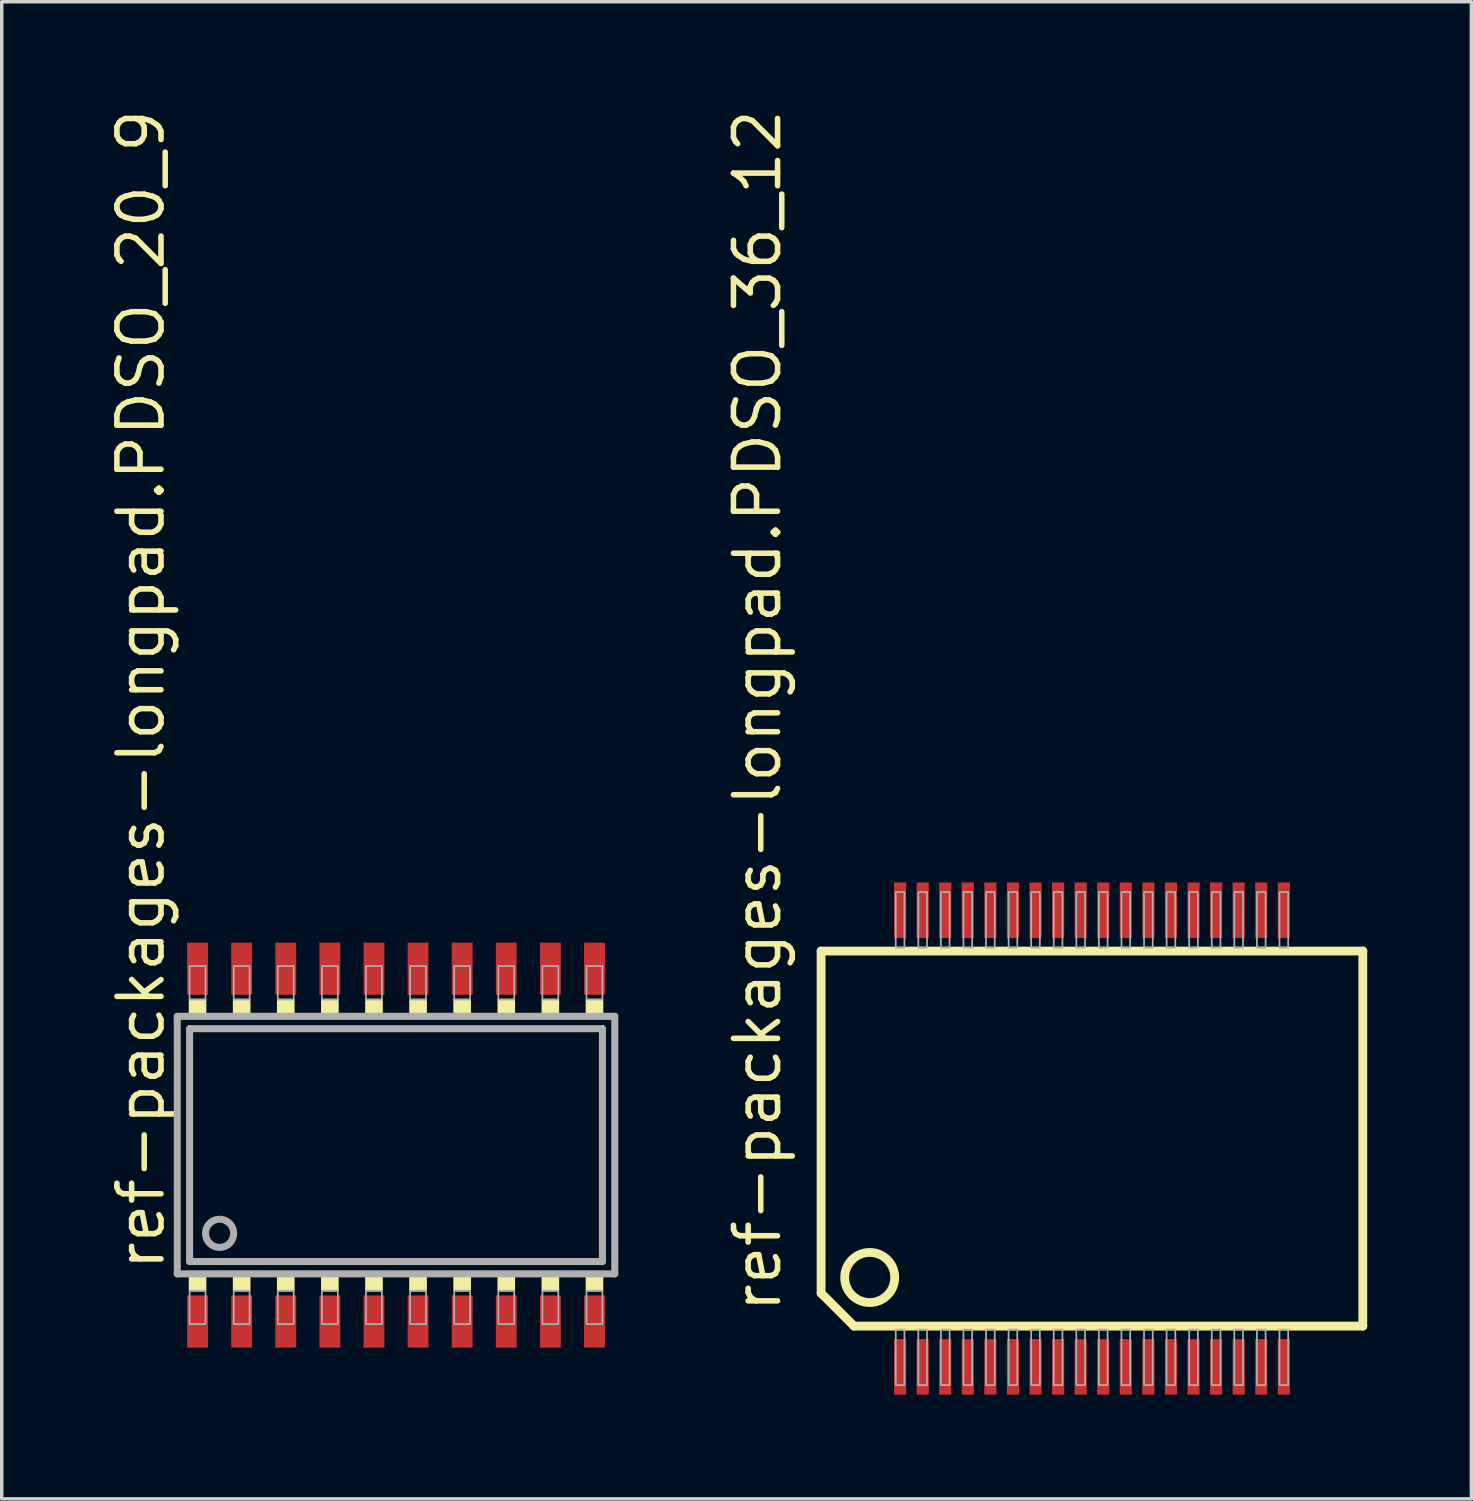
<source format=kicad_pcb>
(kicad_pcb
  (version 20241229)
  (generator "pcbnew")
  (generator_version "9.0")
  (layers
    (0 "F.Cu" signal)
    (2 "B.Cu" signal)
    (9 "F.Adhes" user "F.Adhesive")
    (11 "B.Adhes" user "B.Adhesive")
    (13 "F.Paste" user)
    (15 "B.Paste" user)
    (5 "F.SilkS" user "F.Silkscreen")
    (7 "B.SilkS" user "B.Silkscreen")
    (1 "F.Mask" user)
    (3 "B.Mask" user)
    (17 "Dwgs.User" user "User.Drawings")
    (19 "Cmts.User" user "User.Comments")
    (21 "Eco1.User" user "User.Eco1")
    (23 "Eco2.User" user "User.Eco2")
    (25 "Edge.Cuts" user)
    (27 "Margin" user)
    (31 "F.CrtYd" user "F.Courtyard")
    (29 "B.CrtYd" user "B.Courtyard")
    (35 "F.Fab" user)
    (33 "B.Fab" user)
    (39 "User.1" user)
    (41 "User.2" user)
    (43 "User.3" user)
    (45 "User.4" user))
  (footprint "ref-packages-longpad.PDSO_36_12"
    (layer "F.Cu")
    (at 28.395 29.738)
    (property "Reference" "ref-packages-longpad.PDSO_36_12" (at -8.89 5.08 90) (layer "F.SilkS") (effects (font (size 1.27 1.27) (thickness 0.16)) (justify left bottom)))
    (attr smd)
    (fp_line (start -7.8 -5.4) (end -7.8 4.45) (stroke (width 0.254) (type default)) (layer "F.SilkS"))
    (fp_line (start -6.85 5.4) (end -7.8 4.45) (stroke (width 0.254) (type default)) (layer "F.SilkS"))
    (fp_line (start -6.85 5.4) (end 7.8 5.4) (stroke (width 0.254) (type default)) (layer "F.SilkS"))
    (fp_line (start 7.8 -5.4) (end -7.8 -5.4) (stroke (width 0.254) (type default)) (layer "F.SilkS"))
    (fp_line (start 7.8 5.4) (end 7.8 -5.4) (stroke (width 0.254) (type default)) (layer "F.SilkS"))
    (fp_circle (center -6.4 4) (end -5.679 4) (stroke (width 0.254) (type default)) (fill no) (layer "F.SilkS"))
    (fp_rect (start -5.65 -5.5) (end -5.4 -7.1) (stroke (width 0.05) (type default)) (fill no) (layer "F.Fab"))
    (fp_rect (start -5.65 7.1) (end -5.4 5.5) (stroke (width 0.05) (type default)) (fill no) (layer "F.Fab"))
    (fp_rect (start -5 -5.5) (end -4.75 -7.1) (stroke (width 0.05) (type default)) (fill no) (layer "F.Fab"))
    (fp_rect (start -5 7.1) (end -4.75 5.5) (stroke (width 0.05) (type default)) (fill no) (layer "F.Fab"))
    (fp_rect (start -4.35 -5.5) (end -4.1 -7.1) (stroke (width 0.05) (type default)) (fill no) (layer "F.Fab"))
    (fp_rect (start -4.35 7.1) (end -4.1 5.5) (stroke (width 0.05) (type default)) (fill no) (layer "F.Fab"))
    (fp_rect (start -3.7 -5.5) (end -3.45 -7.1) (stroke (width 0.05) (type default)) (fill no) (layer "F.Fab"))
    (fp_rect (start -3.7 7.1) (end -3.45 5.5) (stroke (width 0.05) (type default)) (fill no) (layer "F.Fab"))
    (fp_rect (start -3.05 -5.5) (end -2.8 -7.1) (stroke (width 0.05) (type default)) (fill no) (layer "F.Fab"))
    (fp_rect (start -3.05 7.1) (end -2.8 5.5) (stroke (width 0.05) (type default)) (fill no) (layer "F.Fab"))
    (fp_rect (start -2.4 -5.5) (end -2.15 -7.1) (stroke (width 0.05) (type default)) (fill no) (layer "F.Fab"))
    (fp_rect (start -2.4 7.1) (end -2.15 5.5) (stroke (width 0.05) (type default)) (fill no) (layer "F.Fab"))
    (fp_rect (start -1.75 -5.5) (end -1.5 -7.1) (stroke (width 0.05) (type default)) (fill no) (layer "F.Fab"))
    (fp_rect (start -1.75 7.1) (end -1.5 5.5) (stroke (width 0.05) (type default)) (fill no) (layer "F.Fab"))
    (fp_rect (start -1.1 -5.5) (end -0.85 -7.1) (stroke (width 0.05) (type default)) (fill no) (layer "F.Fab"))
    (fp_rect (start -1.1 7.1) (end -0.85 5.5) (stroke (width 0.05) (type default)) (fill no) (layer "F.Fab"))
    (fp_rect (start -0.45 -5.5) (end -0.2 -7.1) (stroke (width 0.05) (type default)) (fill no) (layer "F.Fab"))
    (fp_rect (start -0.45 7.1) (end -0.2 5.5) (stroke (width 0.05) (type default)) (fill no) (layer "F.Fab"))
    (fp_rect (start 0.2 -5.5) (end 0.45 -7.1) (stroke (width 0.05) (type default)) (fill no) (layer "F.Fab"))
    (fp_rect (start 0.2 7.1) (end 0.45 5.5) (stroke (width 0.05) (type default)) (fill no) (layer "F.Fab"))
    (fp_rect (start 0.85 -5.5) (end 1.1 -7.1) (stroke (width 0.05) (type default)) (fill no) (layer "F.Fab"))
    (fp_rect (start 0.85 7.1) (end 1.1 5.5) (stroke (width 0.05) (type default)) (fill no) (layer "F.Fab"))
    (fp_rect (start 1.5 -5.5) (end 1.75 -7.1) (stroke (width 0.05) (type default)) (fill no) (layer "F.Fab"))
    (fp_rect (start 1.5 7.1) (end 1.75 5.5) (stroke (width 0.05) (type default)) (fill no) (layer "F.Fab"))
    (fp_rect (start 2.15 -5.5) (end 2.4 -7.1) (stroke (width 0.05) (type default)) (fill no) (layer "F.Fab"))
    (fp_rect (start 2.15 7.1) (end 2.4 5.5) (stroke (width 0.05) (type default)) (fill no) (layer "F.Fab"))
    (fp_rect (start 2.8 -5.5) (end 3.05 -7.1) (stroke (width 0.05) (type default)) (fill no) (layer "F.Fab"))
    (fp_rect (start 2.8 7.1) (end 3.05 5.5) (stroke (width 0.05) (type default)) (fill no) (layer "F.Fab"))
    (fp_rect (start 3.45 -5.5) (end 3.7 -7.1) (stroke (width 0.05) (type default)) (fill no) (layer "F.Fab"))
    (fp_rect (start 3.45 7.1) (end 3.7 5.5) (stroke (width 0.05) (type default)) (fill no) (layer "F.Fab"))
    (fp_rect (start 4.1 -5.5) (end 4.35 -7.1) (stroke (width 0.05) (type default)) (fill no) (layer "F.Fab"))
    (fp_rect (start 4.1 7.1) (end 4.35 5.5) (stroke (width 0.05) (type default)) (fill no) (layer "F.Fab"))
    (fp_rect (start 4.75 -5.5) (end 5 -7.1) (stroke (width 0.05) (type default)) (fill no) (layer "F.Fab"))
    (fp_rect (start 4.75 7.1) (end 5 5.5) (stroke (width 0.05) (type default)) (fill no) (layer "F.Fab"))
    (fp_rect (start 5.4 -5.5) (end 5.65 -7.1) (stroke (width 0.05) (type default)) (fill no) (layer "F.Fab"))
    (fp_rect (start 5.4 7.1) (end 5.65 5.5) (stroke (width 0.05) (type default)) (fill no) (layer "F.Fab"))
    (pad "1" smd roundrect (at -5.525 6.575) (size 0.35 1.6) (layers "F.Cu" "F.Mask" "F.Paste") (roundrect_rratio 0.01))
    (pad "2" smd roundrect (at -4.875 6.575) (size 0.35 1.6) (layers "F.Cu" "F.Mask" "F.Paste") (roundrect_rratio 0.01))
    (pad "3" smd roundrect (at -4.225 6.575) (size 0.35 1.6) (layers "F.Cu" "F.Mask" "F.Paste") (roundrect_rratio 0.01))
    (pad "4" smd roundrect (at -3.575 6.575) (size 0.35 1.6) (layers "F.Cu" "F.Mask" "F.Paste") (roundrect_rratio 0.01))
    (pad "5" smd roundrect (at -2.925 6.575) (size 0.35 1.6) (layers "F.Cu" "F.Mask" "F.Paste") (roundrect_rratio 0.01))
    (pad "6" smd roundrect (at -2.275 6.575) (size 0.35 1.6) (layers "F.Cu" "F.Mask" "F.Paste") (roundrect_rratio 0.01))
    (pad "7" smd roundrect (at -1.625 6.575) (size 0.35 1.6) (layers "F.Cu" "F.Mask" "F.Paste") (roundrect_rratio 0.01))
    (pad "8" smd roundrect (at -0.975 6.575) (size 0.35 1.6) (layers "F.Cu" "F.Mask" "F.Paste") (roundrect_rratio 0.01))
    (pad "9" smd roundrect (at -0.325 6.575) (size 0.35 1.6) (layers "F.Cu" "F.Mask" "F.Paste") (roundrect_rratio 0.01))
    (pad "10" smd roundrect (at 0.325 6.575) (size 0.35 1.6) (layers "F.Cu" "F.Mask" "F.Paste") (roundrect_rratio 0.01))
    (pad "11" smd roundrect (at 0.975 6.575) (size 0.35 1.6) (layers "F.Cu" "F.Mask" "F.Paste") (roundrect_rratio 0.01))
    (pad "12" smd roundrect (at 1.625 6.575) (size 0.35 1.6) (layers "F.Cu" "F.Mask" "F.Paste") (roundrect_rratio 0.01))
    (pad "13" smd roundrect (at 2.275 6.575) (size 0.35 1.6) (layers "F.Cu" "F.Mask" "F.Paste") (roundrect_rratio 0.01))
    (pad "14" smd roundrect (at 2.925 6.575) (size 0.35 1.6) (layers "F.Cu" "F.Mask" "F.Paste") (roundrect_rratio 0.01))
    (pad "15" smd roundrect (at 3.575 6.575) (size 0.35 1.6) (layers "F.Cu" "F.Mask" "F.Paste") (roundrect_rratio 0.01))
    (pad "16" smd roundrect (at 4.225 6.575) (size 0.35 1.6) (layers "F.Cu" "F.Mask" "F.Paste") (roundrect_rratio 0.01))
    (pad "17" smd roundrect (at 4.875 6.575) (size 0.35 1.6) (layers "F.Cu" "F.Mask" "F.Paste") (roundrect_rratio 0.01))
    (pad "18" smd roundrect (at 5.525 6.575) (size 0.35 1.6) (layers "F.Cu" "F.Mask" "F.Paste") (roundrect_rratio 0.01))
    (pad "19" smd roundrect (at 5.525 -6.575) (size 0.35 1.6) (layers "F.Cu" "F.Mask" "F.Paste") (roundrect_rratio 0.01))
    (pad "20" smd roundrect (at 4.875 -6.575) (size 0.35 1.6) (layers "F.Cu" "F.Mask" "F.Paste") (roundrect_rratio 0.01))
    (pad "21" smd roundrect (at 4.225 -6.575) (size 0.35 1.6) (layers "F.Cu" "F.Mask" "F.Paste") (roundrect_rratio 0.01))
    (pad "22" smd roundrect (at 3.575 -6.575) (size 0.35 1.6) (layers "F.Cu" "F.Mask" "F.Paste") (roundrect_rratio 0.01))
    (pad "23" smd roundrect (at 2.925 -6.575) (size 0.35 1.6) (layers "F.Cu" "F.Mask" "F.Paste") (roundrect_rratio 0.01))
    (pad "24" smd roundrect (at 2.275 -6.575) (size 0.35 1.6) (layers "F.Cu" "F.Mask" "F.Paste") (roundrect_rratio 0.01))
    (pad "25" smd roundrect (at 1.625 -6.575) (size 0.35 1.6) (layers "F.Cu" "F.Mask" "F.Paste") (roundrect_rratio 0.01))
    (pad "26" smd roundrect (at 0.975 -6.575) (size 0.35 1.6) (layers "F.Cu" "F.Mask" "F.Paste") (roundrect_rratio 0.01))
    (pad "27" smd roundrect (at 0.325 -6.575) (size 0.35 1.6) (layers "F.Cu" "F.Mask" "F.Paste") (roundrect_rratio 0.01))
    (pad "28" smd roundrect (at -0.325 -6.575) (size 0.35 1.6) (layers "F.Cu" "F.Mask" "F.Paste") (roundrect_rratio 0.01))
    (pad "29" smd roundrect (at -0.975 -6.575) (size 0.35 1.6) (layers "F.Cu" "F.Mask" "F.Paste") (roundrect_rratio 0.01))
    (pad "30" smd roundrect (at -1.625 -6.575) (size 0.35 1.6) (layers "F.Cu" "F.Mask" "F.Paste") (roundrect_rratio 0.01))
    (pad "31" smd roundrect (at -2.275 -6.575) (size 0.35 1.6) (layers "F.Cu" "F.Mask" "F.Paste") (roundrect_rratio 0.01))
    (pad "32" smd roundrect (at -2.925 -6.575) (size 0.35 1.6) (layers "F.Cu" "F.Mask" "F.Paste") (roundrect_rratio 0.01))
    (pad "33" smd roundrect (at -3.575 -6.575) (size 0.35 1.6) (layers "F.Cu" "F.Mask" "F.Paste") (roundrect_rratio 0.01))
    (pad "34" smd roundrect (at -4.225 -6.575) (size 0.35 1.6) (layers "F.Cu" "F.Mask" "F.Paste") (roundrect_rratio 0.01))
    (pad "35" smd roundrect (at -4.875 -6.575) (size 0.35 1.6) (layers "F.Cu" "F.Mask" "F.Paste") (roundrect_rratio 0.01))
    (pad "36" smd roundrect (at -5.525 -6.575) (size 0.35 1.6) (layers "F.Cu" "F.Mask" "F.Paste") (roundrect_rratio 0.01)))
  (footprint "ref-packages-longpad.PDSO_20_9"
    (layer "F.Cu")
    (at 8.354 29.926)
    (property "Reference" "ref-packages-longpad.PDSO_20_9" (at -6.604 3.683 90) (layer "F.SilkS") (effects (font (size 1.27 1.27) (thickness 0.16)) (justify left bottom)))
    (attr smd)
    (fp_rect (start -5.944 -3.734) (end -5.486 -4.191) (stroke (width 0.05) (type default)) (fill yes) (layer "F.SilkS"))
    (fp_rect (start -5.944 4.191) (end -5.486 3.734) (stroke (width 0.05) (type default)) (fill yes) (layer "F.SilkS"))
    (fp_rect (start -4.674 -3.734) (end -4.216 -4.191) (stroke (width 0.05) (type default)) (fill yes) (layer "F.SilkS"))
    (fp_rect (start -4.674 4.191) (end -4.216 3.734) (stroke (width 0.05) (type default)) (fill yes) (layer "F.SilkS"))
    (fp_rect (start -3.404 -3.734) (end -2.946 -4.191) (stroke (width 0.05) (type default)) (fill yes) (layer "F.SilkS"))
    (fp_rect (start -3.404 4.191) (end -2.946 3.734) (stroke (width 0.05) (type default)) (fill yes) (layer "F.SilkS"))
    (fp_rect (start -2.134 -3.734) (end -1.676 -4.191) (stroke (width 0.05) (type default)) (fill yes) (layer "F.SilkS"))
    (fp_rect (start -2.134 4.191) (end -1.676 3.734) (stroke (width 0.05) (type default)) (fill yes) (layer "F.SilkS"))
    (fp_rect (start -0.864 -3.734) (end -0.406 -4.191) (stroke (width 0.05) (type default)) (fill yes) (layer "F.SilkS"))
    (fp_rect (start -0.864 4.191) (end -0.406 3.734) (stroke (width 0.05) (type default)) (fill yes) (layer "F.SilkS"))
    (fp_rect (start 0.406 -3.734) (end 0.864 -4.191) (stroke (width 0.05) (type default)) (fill yes) (layer "F.SilkS"))
    (fp_rect (start 0.406 4.191) (end 0.864 3.734) (stroke (width 0.05) (type default)) (fill yes) (layer "F.SilkS"))
    (fp_rect (start 1.676 -3.734) (end 2.134 -4.191) (stroke (width 0.05) (type default)) (fill yes) (layer "F.SilkS"))
    (fp_rect (start 1.676 4.191) (end 2.134 3.734) (stroke (width 0.05) (type default)) (fill yes) (layer "F.SilkS"))
    (fp_rect (start 2.946 -3.734) (end 3.404 -4.191) (stroke (width 0.05) (type default)) (fill yes) (layer "F.SilkS"))
    (fp_rect (start 2.946 4.191) (end 3.404 3.734) (stroke (width 0.05) (type default)) (fill yes) (layer "F.SilkS"))
    (fp_rect (start 4.216 -3.734) (end 4.674 -4.191) (stroke (width 0.05) (type default)) (fill yes) (layer "F.SilkS"))
    (fp_rect (start 4.216 4.191) (end 4.674 3.734) (stroke (width 0.05) (type default)) (fill yes) (layer "F.SilkS"))
    (fp_rect (start 5.486 -3.734) (end 5.944 -4.191) (stroke (width 0.05) (type default)) (fill yes) (layer "F.SilkS"))
    (fp_rect (start 5.486 4.191) (end 5.944 3.734) (stroke (width 0.05) (type default)) (fill yes) (layer "F.SilkS"))
    (fp_line (start -6.299 -3.708) (end 6.299 -3.708) (stroke (width 0.203) (type default)) (layer "F.Fab"))
    (fp_line (start -6.299 3.708) (end -6.299 -3.708) (stroke (width 0.203) (type default)) (layer "F.Fab"))
    (fp_line (start -5.944 -3.353) (end 5.944 -3.353) (stroke (width 0.203) (type default)) (layer "F.Fab"))
    (fp_line (start -5.944 3.353) (end -5.944 -3.353) (stroke (width 0.203) (type default)) (layer "F.Fab"))
    (fp_line (start 5.944 -3.353) (end 5.944 3.353) (stroke (width 0.203) (type default)) (layer "F.Fab"))
    (fp_line (start 5.944 3.353) (end -5.944 3.353) (stroke (width 0.203) (type default)) (layer "F.Fab"))
    (fp_line (start 6.299 -3.708) (end 6.299 3.708) (stroke (width 0.203) (type default)) (layer "F.Fab"))
    (fp_line (start 6.299 3.708) (end -6.299 3.708) (stroke (width 0.203) (type default)) (layer "F.Fab"))
    (fp_rect (start -5.944 -4.191) (end -5.486 -5.156) (stroke (width 0.05) (type default)) (fill no) (layer "F.Fab"))
    (fp_rect (start -5.944 5.156) (end -5.486 4.191) (stroke (width 0.05) (type default)) (fill no) (layer "F.Fab"))
    (fp_rect (start -4.674 -4.191) (end -4.216 -5.156) (stroke (width 0.05) (type default)) (fill no) (layer "F.Fab"))
    (fp_rect (start -4.674 5.156) (end -4.216 4.191) (stroke (width 0.05) (type default)) (fill no) (layer "F.Fab"))
    (fp_rect (start -3.404 -4.191) (end -2.946 -5.156) (stroke (width 0.05) (type default)) (fill no) (layer "F.Fab"))
    (fp_rect (start -3.404 5.156) (end -2.946 4.191) (stroke (width 0.05) (type default)) (fill no) (layer "F.Fab"))
    (fp_rect (start -2.134 -4.191) (end -1.676 -5.156) (stroke (width 0.05) (type default)) (fill no) (layer "F.Fab"))
    (fp_rect (start -2.134 5.156) (end -1.676 4.191) (stroke (width 0.05) (type default)) (fill no) (layer "F.Fab"))
    (fp_rect (start -0.864 -4.191) (end -0.406 -5.156) (stroke (width 0.05) (type default)) (fill no) (layer "F.Fab"))
    (fp_rect (start -0.864 5.156) (end -0.406 4.191) (stroke (width 0.05) (type default)) (fill no) (layer "F.Fab"))
    (fp_rect (start 0.406 -4.191) (end 0.864 -5.156) (stroke (width 0.05) (type default)) (fill no) (layer "F.Fab"))
    (fp_rect (start 0.406 5.156) (end 0.864 4.191) (stroke (width 0.05) (type default)) (fill no) (layer "F.Fab"))
    (fp_rect (start 1.676 -4.191) (end 2.134 -5.156) (stroke (width 0.05) (type default)) (fill no) (layer "F.Fab"))
    (fp_rect (start 1.676 5.156) (end 2.134 4.191) (stroke (width 0.05) (type default)) (fill no) (layer "F.Fab"))
    (fp_rect (start 2.946 -4.191) (end 3.404 -5.156) (stroke (width 0.05) (type default)) (fill no) (layer "F.Fab"))
    (fp_rect (start 2.946 5.156) (end 3.404 4.191) (stroke (width 0.05) (type default)) (fill no) (layer "F.Fab"))
    (fp_rect (start 4.216 -4.191) (end 4.674 -5.156) (stroke (width 0.05) (type default)) (fill no) (layer "F.Fab"))
    (fp_rect (start 4.216 5.156) (end 4.674 4.191) (stroke (width 0.05) (type default)) (fill no) (layer "F.Fab"))
    (fp_rect (start 5.486 -4.191) (end 5.944 -5.156) (stroke (width 0.05) (type default)) (fill no) (layer "F.Fab"))
    (fp_rect (start 5.486 5.156) (end 5.944 4.191) (stroke (width 0.05) (type default)) (fill no) (layer "F.Fab"))
    (fp_circle (center -5.08 2.54) (end -4.674 2.54) (stroke (width 0.203) (type default)) (fill no) (layer "F.Fab"))
    (pad "1" smd roundrect (at -5.715 5.08) (size 0.6 1.5) (layers "F.Cu" "F.Mask" "F.Paste") (roundrect_rratio 0.01))
    (pad "2" smd roundrect (at -4.445 5.08) (size 0.6 1.5) (layers "F.Cu" "F.Mask" "F.Paste") (roundrect_rratio 0.01))
    (pad "3" smd roundrect (at -3.175 5.08) (size 0.6 1.5) (layers "F.Cu" "F.Mask" "F.Paste") (roundrect_rratio 0.01))
    (pad "4" smd roundrect (at -1.905 5.08) (size 0.6 1.5) (layers "F.Cu" "F.Mask" "F.Paste") (roundrect_rratio 0.01))
    (pad "5" smd roundrect (at -0.635 5.08) (size 0.6 1.5) (layers "F.Cu" "F.Mask" "F.Paste") (roundrect_rratio 0.01))
    (pad "6" smd roundrect (at 0.635 5.08) (size 0.6 1.5) (layers "F.Cu" "F.Mask" "F.Paste") (roundrect_rratio 0.01))
    (pad "7" smd roundrect (at 1.905 5.08) (size 0.6 1.5) (layers "F.Cu" "F.Mask" "F.Paste") (roundrect_rratio 0.01))
    (pad "8" smd roundrect (at 3.175 5.08) (size 0.6 1.5) (layers "F.Cu" "F.Mask" "F.Paste") (roundrect_rratio 0.01))
    (pad "9" smd roundrect (at 4.445 5.08) (size 0.6 1.5) (layers "F.Cu" "F.Mask" "F.Paste") (roundrect_rratio 0.01))
    (pad "10" smd roundrect (at 5.715 5.08) (size 0.6 1.5) (layers "F.Cu" "F.Mask" "F.Paste") (roundrect_rratio 0.01))
    (pad "11" smd roundrect (at 5.715 -5.08) (size 0.6 1.5) (layers "F.Cu" "F.Mask" "F.Paste") (roundrect_rratio 0.01))
    (pad "12" smd roundrect (at 4.445 -5.08) (size 0.6 1.5) (layers "F.Cu" "F.Mask" "F.Paste") (roundrect_rratio 0.01))
    (pad "13" smd roundrect (at 3.175 -5.08) (size 0.6 1.5) (layers "F.Cu" "F.Mask" "F.Paste") (roundrect_rratio 0.01))
    (pad "14" smd roundrect (at 1.905 -5.08) (size 0.6 1.5) (layers "F.Cu" "F.Mask" "F.Paste") (roundrect_rratio 0.01))
    (pad "15" smd roundrect (at 0.635 -5.08) (size 0.6 1.5) (layers "F.Cu" "F.Mask" "F.Paste") (roundrect_rratio 0.01))
    (pad "16" smd roundrect (at -0.635 -5.08) (size 0.6 1.5) (layers "F.Cu" "F.Mask" "F.Paste") (roundrect_rratio 0.01))
    (pad "17" smd roundrect (at -1.905 -5.08) (size 0.6 1.5) (layers "F.Cu" "F.Mask" "F.Paste") (roundrect_rratio 0.01))
    (pad "18" smd roundrect (at -3.175 -5.08) (size 0.6 1.5) (layers "F.Cu" "F.Mask" "F.Paste") (roundrect_rratio 0.01))
    (pad "19" smd roundrect (at -4.445 -5.08) (size 0.6 1.5) (layers "F.Cu" "F.Mask" "F.Paste") (roundrect_rratio 0.01))
    (pad "20" smd roundrect (at -5.715 -5.08) (size 0.6 1.5) (layers "F.Cu" "F.Mask" "F.Paste") (roundrect_rratio 0.01)))
  (gr_rect
    (start -3 -3)
    (end 39.322 40.113)
    (stroke (width 0.1) (type default))
    (fill no)
    (layer "Edge.Cuts")))
</source>
